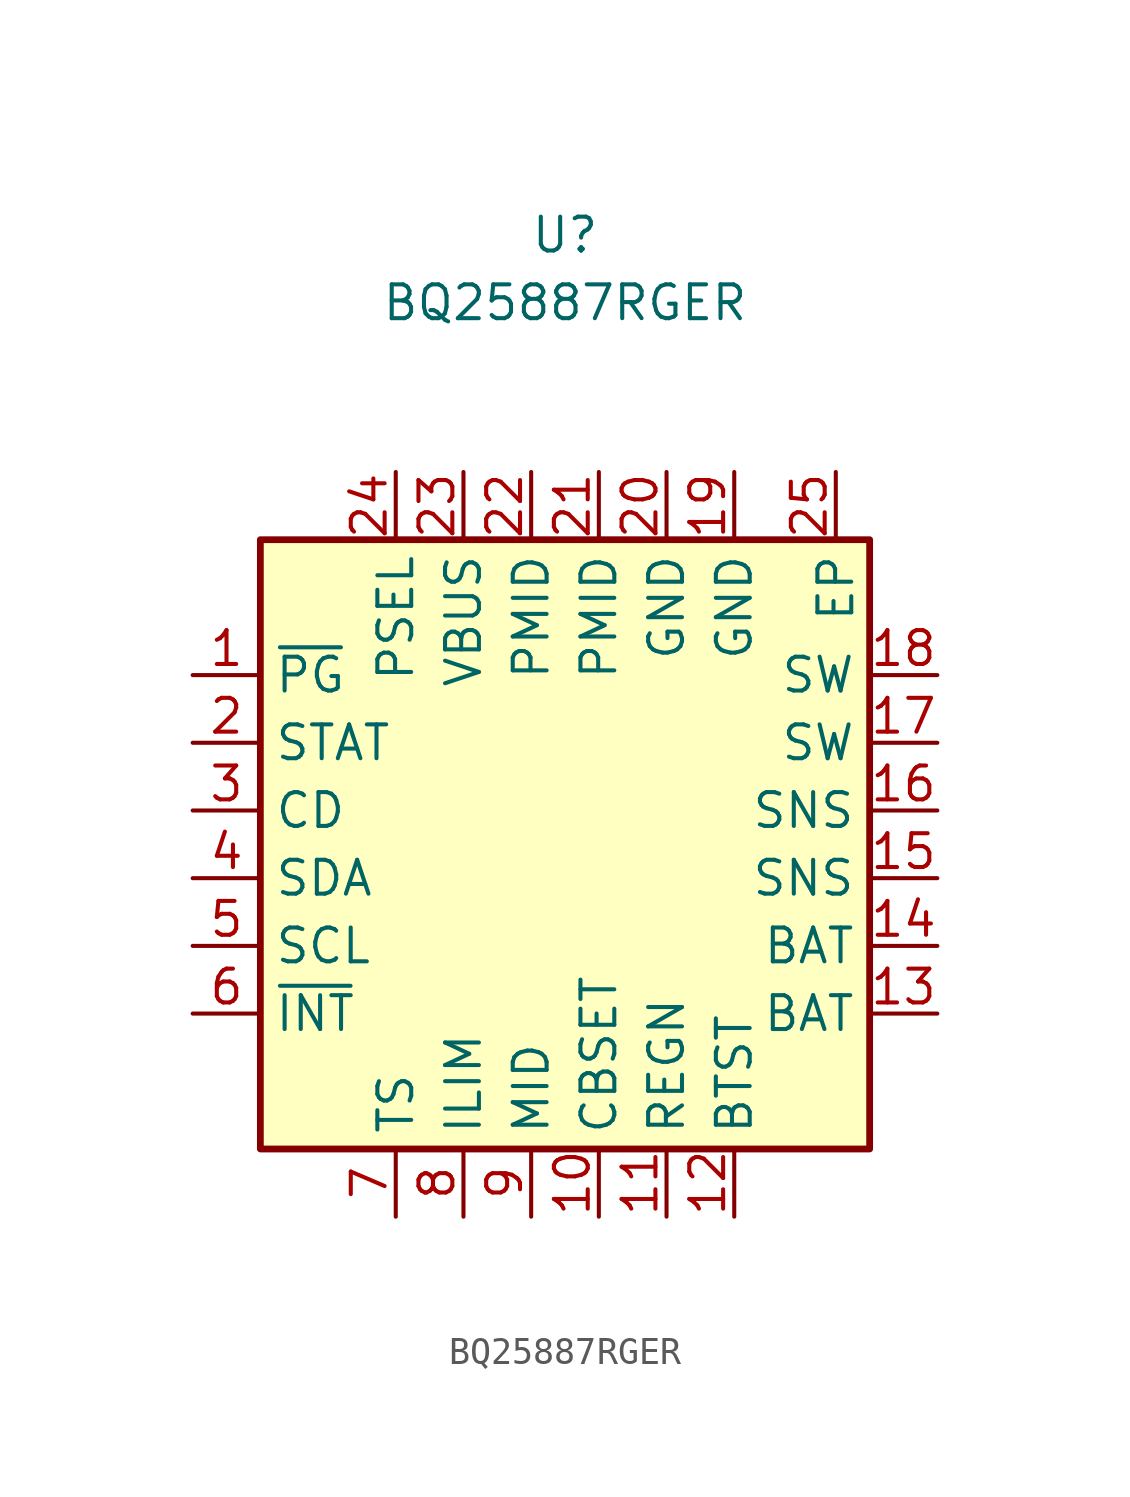
<source format=kicad_sym>
(kicad_symbol_lib
  (version 20211014)
  (generator kicad_symbol_editor)
  (symbol "BQ25887RGER"
    (property "Reference" "U"
      (at 0 22.86 0)
      (effects (font (size 1.27 1.27))))
    (property "Value" "BQ25887RGER"
      (at 0 20.32 0)
      (effects (font (size 1.27 1.27))))
    (symbol "BQ25887RGER_1_1"
      (rectangle (start -11.43 11.43) (end 11.43 -11.43) (stroke (width 0.254) (type default) (color 0 0 0 0)) (fill (type background)))
      (pin passive line (at -13.97 6.35 0) (length 2.54) (name "~{PG}" (effects (font (size 1.27 1.27)))) (number "1" (effects (font (size 1.27 1.27)))))
      (pin passive line (at 1.27 -13.97 90) (length 2.54) (name "CBSET" (effects (font (size 1.27 1.27)))) (number "10" (effects (font (size 1.27 1.27)))))
      (pin passive line (at 3.81 -13.97 90) (length 2.54) (name "REGN" (effects (font (size 1.27 1.27)))) (number "11" (effects (font (size 1.27 1.27)))))
      (pin passive line (at 6.35 -13.97 90) (length 2.54) (name "BTST" (effects (font (size 1.27 1.27)))) (number "12" (effects (font (size 1.27 1.27)))))
      (pin passive line (at 13.97 -6.35 180) (length 2.54) (name "BAT" (effects (font (size 1.27 1.27)))) (number "13" (effects (font (size 1.27 1.27)))))
      (pin passive line (at 13.97 -3.81 180) (length 2.54) (name "BAT" (effects (font (size 1.27 1.27)))) (number "14" (effects (font (size 1.27 1.27)))))
      (pin passive line (at 13.97 -1.27 180) (length 2.54) (name "SNS" (effects (font (size 1.27 1.27)))) (number "15" (effects (font (size 1.27 1.27)))))
      (pin passive line (at 13.97 1.27 180) (length 2.54) (name "SNS" (effects (font (size 1.27 1.27)))) (number "16" (effects (font (size 1.27 1.27)))))
      (pin passive line (at 13.97 3.81 180) (length 2.54) (name "SW" (effects (font (size 1.27 1.27)))) (number "17" (effects (font (size 1.27 1.27)))))
      (pin passive line (at 13.97 6.35 180) (length 2.54) (name "SW" (effects (font (size 1.27 1.27)))) (number "18" (effects (font (size 1.27 1.27)))))
      (pin passive line (at 6.35 13.97 270) (length 2.54) (name "GND" (effects (font (size 1.27 1.27)))) (number "19" (effects (font (size 1.27 1.27)))))
      (pin passive line (at -13.97 3.81 0) (length 2.54) (name "STAT" (effects (font (size 1.27 1.27)))) (number "2" (effects (font (size 1.27 1.27)))))
      (pin passive line (at 3.81 13.97 270) (length 2.54) (name "GND" (effects (font (size 1.27 1.27)))) (number "20" (effects (font (size 1.27 1.27)))))
      (pin passive line (at 1.27 13.97 270) (length 2.54) (name "PMID" (effects (font (size 1.27 1.27)))) (number "21" (effects (font (size 1.27 1.27)))))
      (pin passive line (at -1.27 13.97 270) (length 2.54) (name "PMID" (effects (font (size 1.27 1.27)))) (number "22" (effects (font (size 1.27 1.27)))))
      (pin passive line (at -3.81 13.97 270) (length 2.54) (name "VBUS" (effects (font (size 1.27 1.27)))) (number "23" (effects (font (size 1.27 1.27)))))
      (pin passive line (at -6.35 13.97 270) (length 2.54) (name "PSEL" (effects (font (size 1.27 1.27)))) (number "24" (effects (font (size 1.27 1.27)))))
      (pin passive line (at 10.16 13.97 270) (length 2.54) (name "EP" (effects (font (size 1.27 1.27)))) (number "25" (effects (font (size 1.27 1.27)))))
      (pin passive line (at -13.97 1.27 0) (length 2.54) (name "CD" (effects (font (size 1.27 1.27)))) (number "3" (effects (font (size 1.27 1.27)))))
      (pin passive line (at -13.97 -1.27 0) (length 2.54) (name "SDA" (effects (font (size 1.27 1.27)))) (number "4" (effects (font (size 1.27 1.27)))))
      (pin passive line (at -13.97 -3.81 0) (length 2.54) (name "SCL" (effects (font (size 1.27 1.27)))) (number "5" (effects (font (size 1.27 1.27)))))
      (pin passive line (at -13.97 -6.35 0) (length 2.54) (name "~{INT}" (effects (font (size 1.27 1.27)))) (number "6" (effects (font (size 1.27 1.27)))))
      (pin passive line (at -6.35 -13.97 90) (length 2.54) (name "TS" (effects (font (size 1.27 1.27)))) (number "7" (effects (font (size 1.27 1.27)))))
      (pin passive line (at -3.81 -13.97 90) (length 2.54) (name "ILIM" (effects (font (size 1.27 1.27)))) (number "8" (effects (font (size 1.27 1.27)))))
      (pin passive line (at -1.27 -13.97 90) (length 2.54) (name "MID" (effects (font (size 1.27 1.27)))) (number "9" (effects (font (size 1.27 1.27))))))))
</source>
